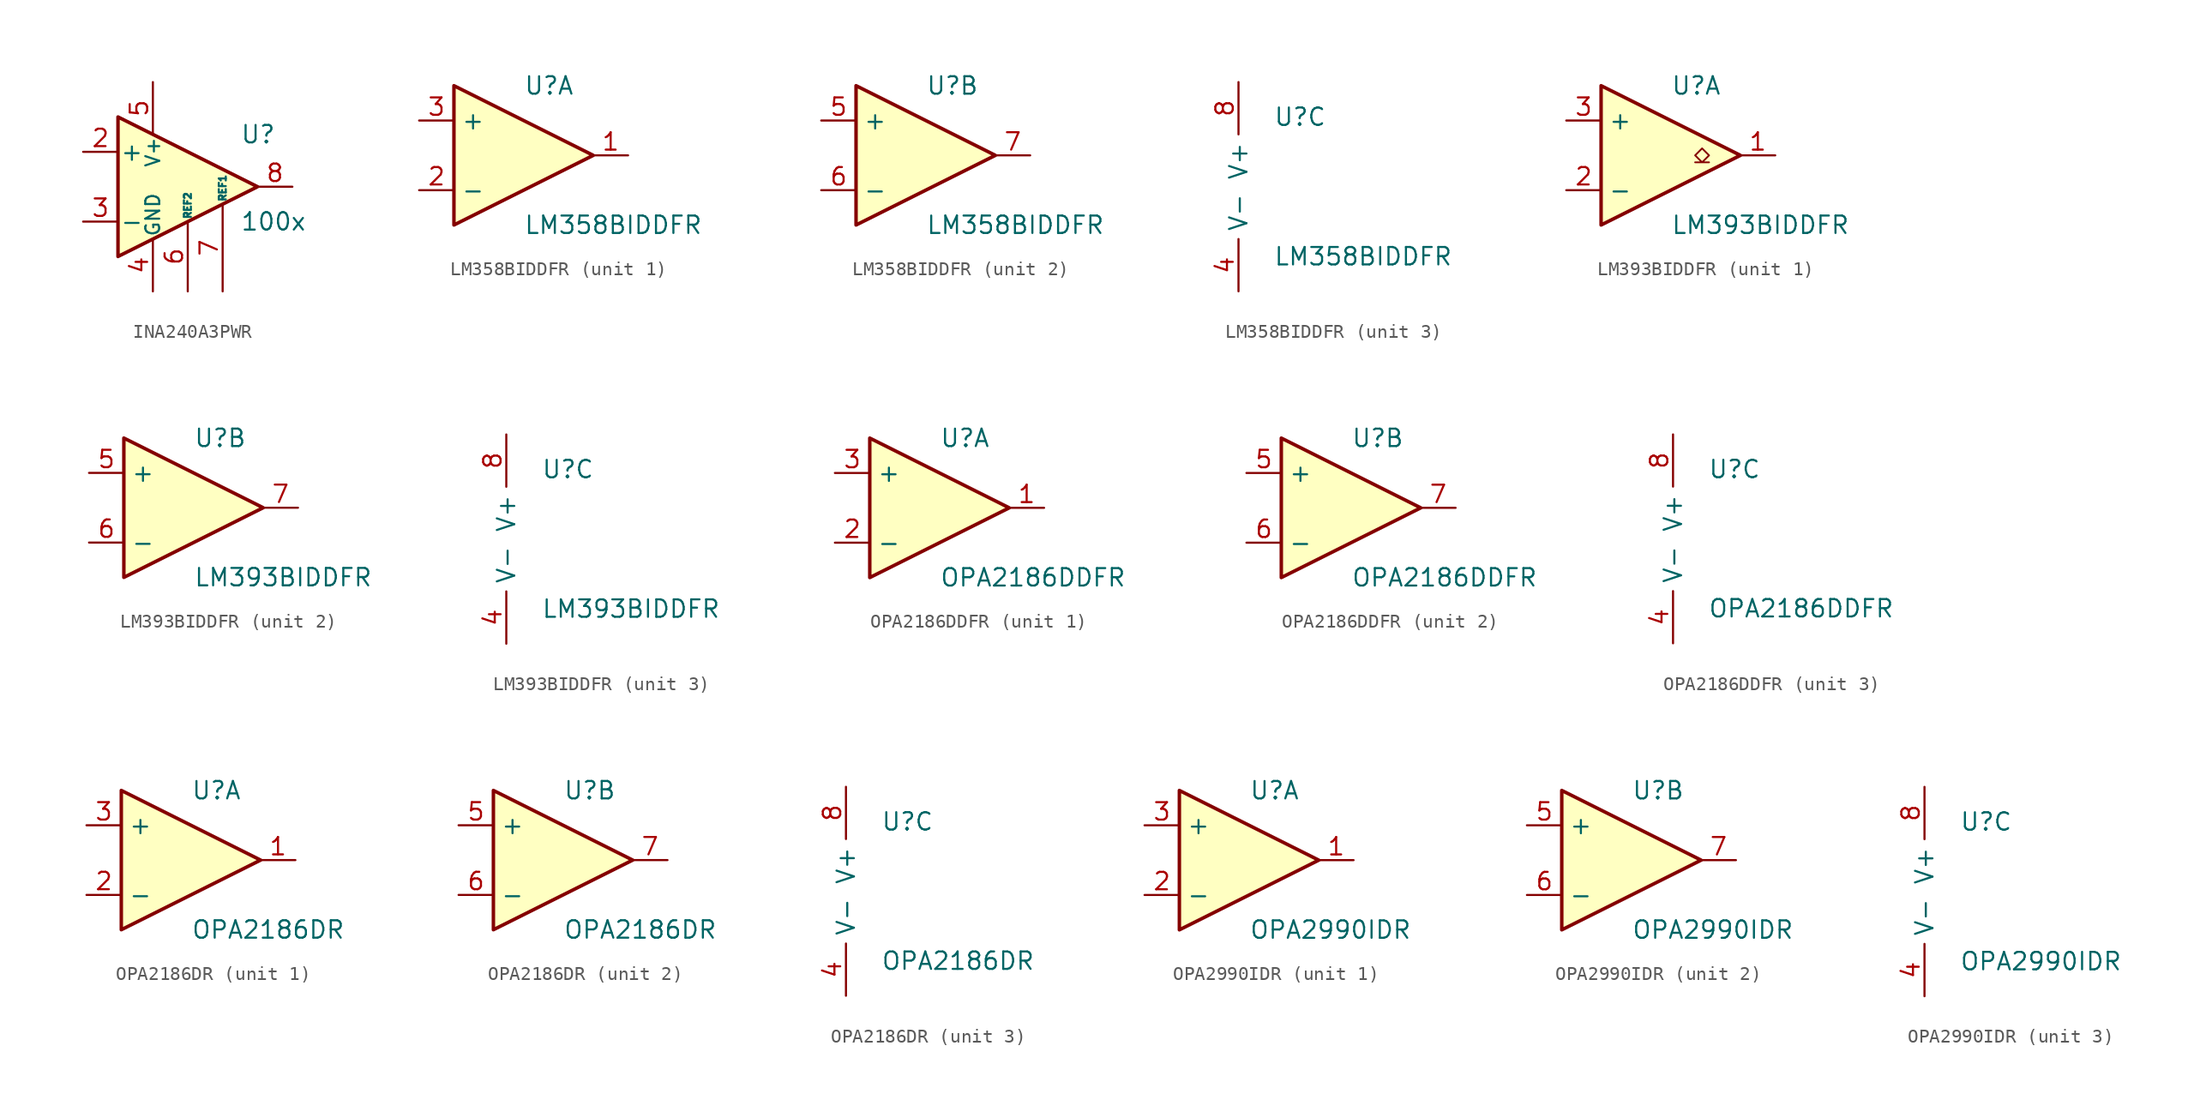
<source format=kicad_sym>
(kicad_symbol_lib
  (version 20231120)
  (generator "kicad_symbol_editor")
  (generator_version "8.0")
  (symbol "INA240A3PWR"
    (pin_names
      (offset 0.127))
    (property "Reference" "U"
      (at 3.81 3.81 0)
      (effects (font (size 1.27 1.27)) (justify left)))
    (property "Value" "100x"
      (at 3.81 -2.54 0)
      (effects (font (size 1.27 1.27)) (justify left)))
    (symbol "INA240A3PWR_0_1"
      (polyline (pts (xy 5.08 0) (xy -5.08 5.08) (xy -5.08 -5.08) (xy 5.08 0)) (stroke (width 0.254) (type default)) (fill (type background))))
    (symbol "INA240A3PWR_1_1"
      (pin passive line (at -2.54 -7.62 90) (length 3.81) hide (name "GND" (effects (font (size 1.016 1.016)))) (number "1" (effects (font (size 1.27 1.27)))))
      (pin input line (at -7.62 2.54 0) (length 2.54) (name "+" (effects (font (size 1.27 1.27)))) (number "2" (effects (font (size 1.27 1.27)))))
      (pin input line (at -7.62 -2.54 0) (length 2.54) (name "-" (effects (font (size 1.27 1.27)))) (number "3" (effects (font (size 1.27 1.27)))))
      (pin power_in line (at -2.54 -7.62 90) (length 3.81) (name "GND" (effects (font (size 1.016 1.016)))) (number "4" (effects (font (size 1.27 1.27)))))
      (pin power_in line (at -2.54 7.62 270) (length 3.81) (name "V+" (effects (font (size 1.016 1.016)))) (number "5" (effects (font (size 1.27 1.27)))))
      (pin passive line (at 0 -7.62 90) (length 5.08) (name "REF2" (effects (font (size 0.508 0.508)))) (number "6" (effects (font (size 1.27 1.27)))))
      (pin passive line (at 2.54 -7.62 90) (length 6.35) (name "REF1" (effects (font (size 0.508 0.508)))) (number "7" (effects (font (size 1.27 1.27)))))
      (pin output line (at 7.62 0 180) (length 2.54) (name "~" (effects (font (size 1.27 1.27)))) (number "8" (effects (font (size 1.27 1.27)))))))
  (symbol "LM358BIDDFR"
    (property "Reference" "U"
      (at 0 5.08 0)
      (effects (font (size 1.27 1.27)) (justify left)))
    (property "Value" "LM358BIDDFR"
      (at 0 -5.08 0)
      (effects (font (size 1.27 1.27)) (justify left)))
    (property "ki_locked" ""
      (at 0 0 0)
      (effects (font (size 1.27 1.27))))
    (symbol "LM358BIDDFR_1_1"
      (polyline (pts (xy -5.08 5.08) (xy 5.08 0) (xy -5.08 -5.08) (xy -5.08 5.08)) (stroke (width 0.254) (type default)) (fill (type background)))
      (pin output line (at 7.62 0 180) (length 2.54) (name "~" (effects (font (size 1.27 1.27)))) (number "1" (effects (font (size 1.27 1.27)))))
      (pin input line (at -7.62 -2.54 0) (length 2.54) (name "-" (effects (font (size 1.27 1.27)))) (number "2" (effects (font (size 1.27 1.27)))))
      (pin input line (at -7.62 2.54 0) (length 2.54) (name "+" (effects (font (size 1.27 1.27)))) (number "3" (effects (font (size 1.27 1.27))))))
    (symbol "LM358BIDDFR_2_1"
      (polyline (pts (xy -5.08 5.08) (xy 5.08 0) (xy -5.08 -5.08) (xy -5.08 5.08)) (stroke (width 0.254) (type default)) (fill (type background)))
      (pin input line (at -7.62 2.54 0) (length 2.54) (name "+" (effects (font (size 1.27 1.27)))) (number "5" (effects (font (size 1.27 1.27)))))
      (pin input line (at -7.62 -2.54 0) (length 2.54) (name "-" (effects (font (size 1.27 1.27)))) (number "6" (effects (font (size 1.27 1.27)))))
      (pin output line (at 7.62 0 180) (length 2.54) (name "~" (effects (font (size 1.27 1.27)))) (number "7" (effects (font (size 1.27 1.27))))))
    (symbol "LM358BIDDFR_3_1"
      (pin power_in line (at -2.54 -7.62 90) (length 3.81) (name "V-" (effects (font (size 1.27 1.27)))) (number "4" (effects (font (size 1.27 1.27)))))
      (pin power_in line (at -2.54 7.62 270) (length 3.81) (name "V+" (effects (font (size 1.27 1.27)))) (number "8" (effects (font (size 1.27 1.27)))))))
  (symbol "LM393BIDDFR"
    (property "Reference" "U"
      (at 0 5.08 0)
      (effects (font (size 1.27 1.27)) (justify left)))
    (property "Value" "LM393BIDDFR"
      (at 0 -5.08 0)
      (effects (font (size 1.27 1.27)) (justify left)))
    (property "ki_locked" ""
      (at 0 0 0)
      (effects (font (size 1.27 1.27))))
    (symbol "LM393BIDDFR_1_1"
      (polyline (pts (xy -5.08 5.08) (xy 5.08 0) (xy -5.08 -5.08) (xy -5.08 5.08)) (stroke (width 0.254) (type default)) (fill (type background)))
      (polyline (pts (xy 2.794 -0.508) (xy 2.286 -0.508) (xy 2.794 0) (xy 2.286 0.508) (xy 1.778 0) (xy 2.286 -0.508) (xy 1.778 -0.508)) (stroke (width 0.127) (type default)) (fill (type none)))
      (pin output line (at 7.62 0 180) (length 2.54) (name "~" (effects (font (size 1.27 1.27)))) (number "1" (effects (font (size 1.27 1.27)))))
      (pin input line (at -7.62 -2.54 0) (length 2.54) (name "-" (effects (font (size 1.27 1.27)))) (number "2" (effects (font (size 1.27 1.27)))))
      (pin input line (at -7.62 2.54 0) (length 2.54) (name "+" (effects (font (size 1.27 1.27)))) (number "3" (effects (font (size 1.27 1.27))))))
    (symbol "LM393BIDDFR_2_1"
      (polyline (pts (xy -5.08 5.08) (xy 5.08 0) (xy -5.08 -5.08) (xy -5.08 5.08)) (stroke (width 0.254) (type default)) (fill (type background)))
      (pin input line (at -7.62 2.54 0) (length 2.54) (name "+" (effects (font (size 1.27 1.27)))) (number "5" (effects (font (size 1.27 1.27)))))
      (pin input line (at -7.62 -2.54 0) (length 2.54) (name "-" (effects (font (size 1.27 1.27)))) (number "6" (effects (font (size 1.27 1.27)))))
      (pin output line (at 7.62 0 180) (length 2.54) (name "~" (effects (font (size 1.27 1.27)))) (number "7" (effects (font (size 1.27 1.27))))))
    (symbol "LM393BIDDFR_3_1"
      (pin power_in line (at -2.54 -7.62 90) (length 3.81) (name "V-" (effects (font (size 1.27 1.27)))) (number "4" (effects (font (size 1.27 1.27)))))
      (pin power_in line (at -2.54 7.62 270) (length 3.81) (name "V+" (effects (font (size 1.27 1.27)))) (number "8" (effects (font (size 1.27 1.27)))))))
  (symbol "OPA2186DDFR"
    (property "Reference" "U"
      (at 0 5.08 0)
      (effects (font (size 1.27 1.27)) (justify left)))
    (property "Value" "OPA2186DDFR"
      (at 0 -5.08 0)
      (effects (font (size 1.27 1.27)) (justify left)))
    (property "ki_locked" ""
      (at 0 0 0)
      (effects (font (size 1.27 1.27))))
    (symbol "OPA2186DDFR_1_1"
      (polyline (pts (xy -5.08 5.08) (xy 5.08 0) (xy -5.08 -5.08) (xy -5.08 5.08)) (stroke (width 0.254) (type default)) (fill (type background)))
      (pin output line (at 7.62 0 180) (length 2.54) (name "~" (effects (font (size 1.27 1.27)))) (number "1" (effects (font (size 1.27 1.27)))))
      (pin input line (at -7.62 -2.54 0) (length 2.54) (name "-" (effects (font (size 1.27 1.27)))) (number "2" (effects (font (size 1.27 1.27)))))
      (pin input line (at -7.62 2.54 0) (length 2.54) (name "+" (effects (font (size 1.27 1.27)))) (number "3" (effects (font (size 1.27 1.27))))))
    (symbol "OPA2186DDFR_2_1"
      (polyline (pts (xy -5.08 5.08) (xy 5.08 0) (xy -5.08 -5.08) (xy -5.08 5.08)) (stroke (width 0.254) (type default)) (fill (type background)))
      (pin input line (at -7.62 2.54 0) (length 2.54) (name "+" (effects (font (size 1.27 1.27)))) (number "5" (effects (font (size 1.27 1.27)))))
      (pin input line (at -7.62 -2.54 0) (length 2.54) (name "-" (effects (font (size 1.27 1.27)))) (number "6" (effects (font (size 1.27 1.27)))))
      (pin output line (at 7.62 0 180) (length 2.54) (name "~" (effects (font (size 1.27 1.27)))) (number "7" (effects (font (size 1.27 1.27))))))
    (symbol "OPA2186DDFR_3_1"
      (pin power_in line (at -2.54 -7.62 90) (length 3.81) (name "V-" (effects (font (size 1.27 1.27)))) (number "4" (effects (font (size 1.27 1.27)))))
      (pin power_in line (at -2.54 7.62 270) (length 3.81) (name "V+" (effects (font (size 1.27 1.27)))) (number "8" (effects (font (size 1.27 1.27)))))))
  (symbol "OPA2186DR"
    (property "Reference" "U"
      (at 0 5.08 0)
      (effects (font (size 1.27 1.27)) (justify left)))
    (property "Value" "OPA2186DR"
      (at 0 -5.08 0)
      (effects (font (size 1.27 1.27)) (justify left)))
    (property "ki_locked" ""
      (at 0 0 0)
      (effects (font (size 1.27 1.27))))
    (symbol "OPA2186DR_1_1"
      (polyline (pts (xy -5.08 5.08) (xy 5.08 0) (xy -5.08 -5.08) (xy -5.08 5.08)) (stroke (width 0.254) (type default)) (fill (type background)))
      (pin output line (at 7.62 0 180) (length 2.54) (name "~" (effects (font (size 1.27 1.27)))) (number "1" (effects (font (size 1.27 1.27)))))
      (pin input line (at -7.62 -2.54 0) (length 2.54) (name "-" (effects (font (size 1.27 1.27)))) (number "2" (effects (font (size 1.27 1.27)))))
      (pin input line (at -7.62 2.54 0) (length 2.54) (name "+" (effects (font (size 1.27 1.27)))) (number "3" (effects (font (size 1.27 1.27))))))
    (symbol "OPA2186DR_2_1"
      (polyline (pts (xy -5.08 5.08) (xy 5.08 0) (xy -5.08 -5.08) (xy -5.08 5.08)) (stroke (width 0.254) (type default)) (fill (type background)))
      (pin input line (at -7.62 2.54 0) (length 2.54) (name "+" (effects (font (size 1.27 1.27)))) (number "5" (effects (font (size 1.27 1.27)))))
      (pin input line (at -7.62 -2.54 0) (length 2.54) (name "-" (effects (font (size 1.27 1.27)))) (number "6" (effects (font (size 1.27 1.27)))))
      (pin output line (at 7.62 0 180) (length 2.54) (name "~" (effects (font (size 1.27 1.27)))) (number "7" (effects (font (size 1.27 1.27))))))
    (symbol "OPA2186DR_3_1"
      (pin power_in line (at -2.54 -7.62 90) (length 3.81) (name "V-" (effects (font (size 1.27 1.27)))) (number "4" (effects (font (size 1.27 1.27)))))
      (pin power_in line (at -2.54 7.62 270) (length 3.81) (name "V+" (effects (font (size 1.27 1.27)))) (number "8" (effects (font (size 1.27 1.27)))))))
  (symbol "OPA2990IDR"
    (property "Reference" "U"
      (at 0 5.08 0)
      (effects (font (size 1.27 1.27)) (justify left)))
    (property "Value" "OPA2990IDR"
      (at 0 -5.08 0)
      (effects (font (size 1.27 1.27)) (justify left)))
    (property "ki_locked" ""
      (at 0 0 0)
      (effects (font (size 1.27 1.27))))
    (symbol "OPA2990IDR_1_1"
      (polyline (pts (xy -5.08 5.08) (xy 5.08 0) (xy -5.08 -5.08) (xy -5.08 5.08)) (stroke (width 0.254) (type default)) (fill (type background)))
      (pin output line (at 7.62 0 180) (length 2.54) (name "~" (effects (font (size 1.27 1.27)))) (number "1" (effects (font (size 1.27 1.27)))))
      (pin input line (at -7.62 -2.54 0) (length 2.54) (name "-" (effects (font (size 1.27 1.27)))) (number "2" (effects (font (size 1.27 1.27)))))
      (pin input line (at -7.62 2.54 0) (length 2.54) (name "+" (effects (font (size 1.27 1.27)))) (number "3" (effects (font (size 1.27 1.27))))))
    (symbol "OPA2990IDR_2_1"
      (polyline (pts (xy -5.08 5.08) (xy 5.08 0) (xy -5.08 -5.08) (xy -5.08 5.08)) (stroke (width 0.254) (type default)) (fill (type background)))
      (pin input line (at -7.62 2.54 0) (length 2.54) (name "+" (effects (font (size 1.27 1.27)))) (number "5" (effects (font (size 1.27 1.27)))))
      (pin input line (at -7.62 -2.54 0) (length 2.54) (name "-" (effects (font (size 1.27 1.27)))) (number "6" (effects (font (size 1.27 1.27)))))
      (pin output line (at 7.62 0 180) (length 2.54) (name "~" (effects (font (size 1.27 1.27)))) (number "7" (effects (font (size 1.27 1.27))))))
    (symbol "OPA2990IDR_3_1"
      (pin power_in line (at -2.54 -7.62 90) (length 3.81) (name "V-" (effects (font (size 1.27 1.27)))) (number "4" (effects (font (size 1.27 1.27)))))
      (pin power_in line (at -2.54 7.62 270) (length 3.81) (name "V+" (effects (font (size 1.27 1.27)))) (number "8" (effects (font (size 1.27 1.27))))))))
</source>
